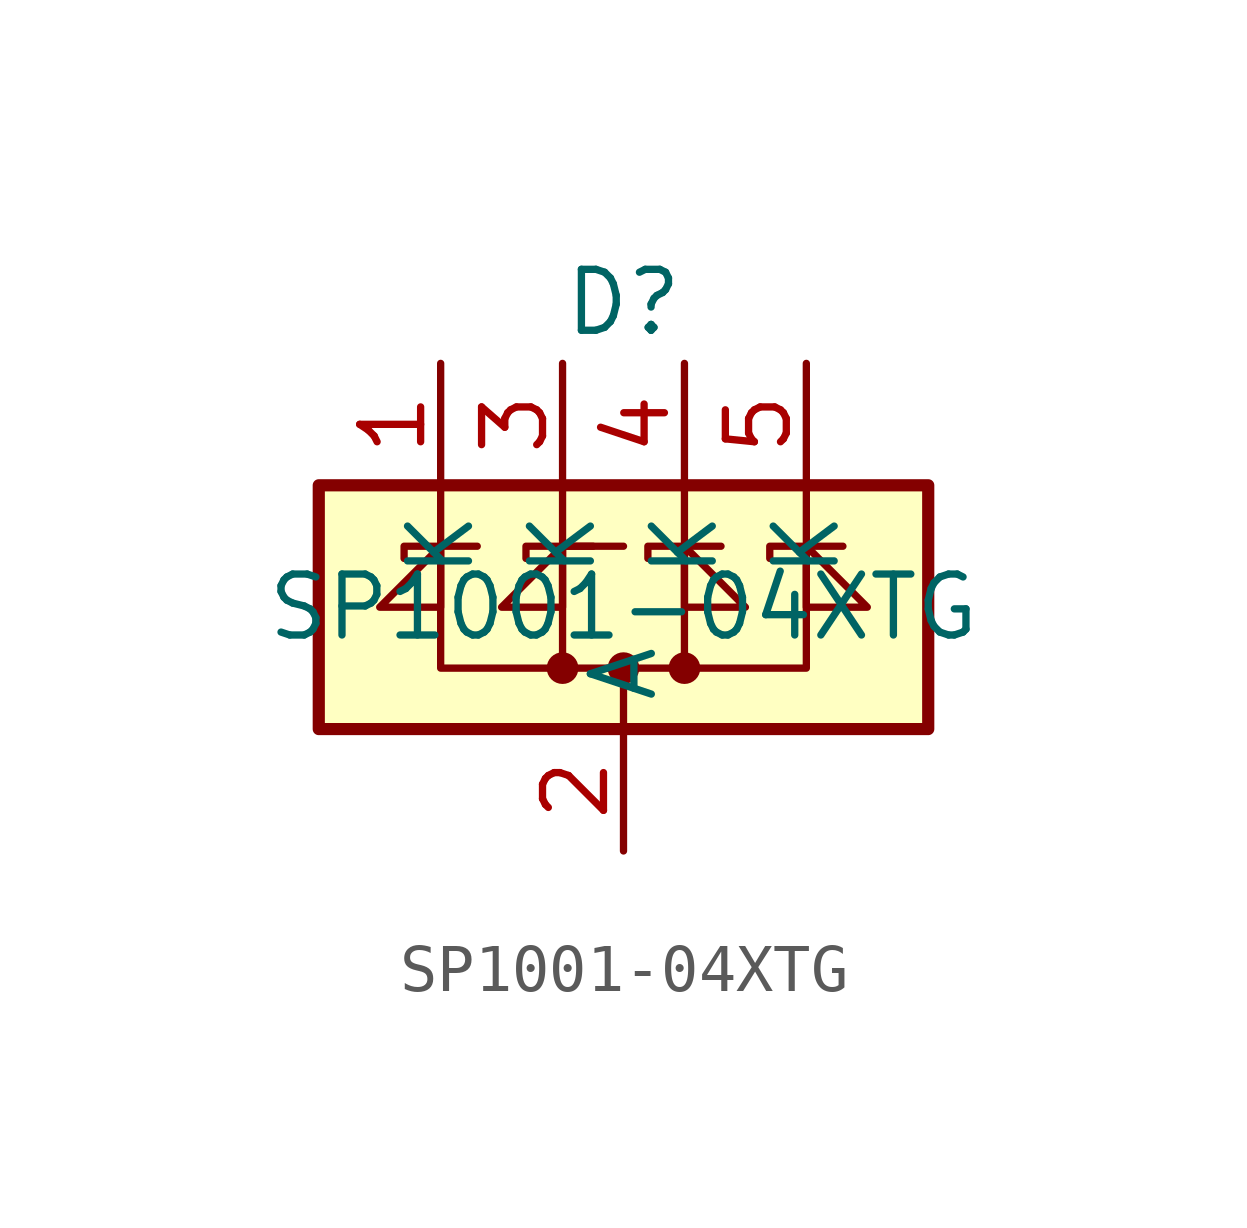
<source format=kicad_sym>
(kicad_symbol_lib
  (version 20231120)
  (generator "kicad_symbol_editor")
  (generator_version "8.0")
  (symbol "SP1001-04XTG"
    (property "Reference" "D"
      (at 0 6.35 0)
      (effects (font (size 1.27 1.27))))
    (property "Value" "SP1001-04XTG"
      (at 0 0 0)
      (effects (font (size 1.27 1.27))))
    (symbol "SP1001-04XTG_0_1"
      (rectangle (start -6.35 2.54) (end 6.35 -2.54) (stroke (width 0.254) (type default)) (fill (type background)))
      (circle (center -1.27 -1.27) (radius 0.254) (stroke (width 0) (type default)) (fill (type outline)))
      (circle (center 0 -1.27) (radius 0.254) (stroke (width 0) (type default)) (fill (type outline)))
      (polyline (pts (xy -3.81 2.54) (xy -3.81 1.27)) (stroke (width 0) (type default)) (fill (type none)))
      (polyline (pts (xy -1.27 -1.27) (xy -1.27 1.27)) (stroke (width 0) (type default)) (fill (type none)))
      (polyline (pts (xy -1.27 1.27) (xy 0 1.27)) (stroke (width 0) (type default)) (fill (type none)))
      (polyline (pts (xy -1.27 2.54) (xy -1.27 1.27)) (stroke (width 0) (type default)) (fill (type none)))
      (polyline (pts (xy 0 -1.27) (xy 0 -2.54)) (stroke (width 0) (type default)) (fill (type none)))
      (polyline (pts (xy 1.27 2.54) (xy 1.27 1.27)) (stroke (width 0) (type default)) (fill (type none)))
      (polyline (pts (xy 3.81 2.54) (xy 3.81 1.27)) (stroke (width 0) (type default)) (fill (type none)))
      (polyline (pts (xy -0.635 1.27) (xy -2.032 1.27) (xy -2.032 1.016)) (stroke (width 0) (type default)) (fill (type none)))
      (polyline (pts (xy 3.81 1.27) (xy 3.81 -1.27) (xy 1.27 -1.27)) (stroke (width 0) (type default)) (fill (type none)))
      (polyline (pts (xy -4.572 1.016) (xy -4.572 1.27) (xy -3.175 1.27) (xy -3.048 1.27)) (stroke (width 0) (type default)) (fill (type none)))
      (polyline (pts (xy -3.81 1.27) (xy -3.81 -1.27) (xy 1.27 -1.27) (xy 1.27 1.27)) (stroke (width 0) (type default)) (fill (type none)))
      (polyline (pts (xy -3.81 1.27) (xy -3.81 0) (xy -5.08 0) (xy -3.81 1.27)) (stroke (width 0) (type default)) (fill (type none)))
      (polyline (pts (xy -1.27 0) (xy -2.54 0) (xy -1.27 1.27) (xy -1.27 0)) (stroke (width 0) (type default)) (fill (type none)))
      (polyline (pts (xy 0.508 1.016) (xy 0.508 1.27) (xy 1.905 1.27) (xy 2.032 1.27)) (stroke (width 0) (type default)) (fill (type none)))
      (polyline (pts (xy 1.27 1.27) (xy 1.27 0) (xy 2.54 0) (xy 1.27 1.27)) (stroke (width 0) (type default)) (fill (type none)))
      (polyline (pts (xy 3.048 1.016) (xy 3.048 1.27) (xy 4.445 1.27) (xy 4.572 1.27)) (stroke (width 0) (type default)) (fill (type none)))
      (polyline (pts (xy 3.81 1.27) (xy 3.81 0) (xy 5.08 0) (xy 3.81 1.27)) (stroke (width 0) (type default)) (fill (type none)))
      (circle (center 1.27 -1.27) (radius 0.254) (stroke (width 0) (type default)) (fill (type outline))))
    (symbol "SP1001-04XTG_1_0"
      (pin passive line (at 0 -5.08 90) (length 2.54) (name "A" (effects (font (size 1.27 1.27)))) (number "2" (effects (font (size 1.27 1.27))))))
    (symbol "SP1001-04XTG_1_1"
      (pin passive line (at -3.81 5.08 270) (length 2.54) (name "K" (effects (font (size 1.27 1.27)))) (number "1" (effects (font (size 1.27 1.27)))))
      (pin passive line (at -1.27 5.08 270) (length 2.54) (name "K" (effects (font (size 1.27 1.27)))) (number "3" (effects (font (size 1.27 1.27)))))
      (pin passive line (at 1.27 5.08 270) (length 2.54) (name "K" (effects (font (size 1.27 1.27)))) (number "4" (effects (font (size 1.27 1.27)))))
      (pin passive line (at 3.81 5.08 270) (length 2.54) (name "K" (effects (font (size 1.27 1.27)))) (number "5" (effects (font (size 1.27 1.27))))))))
</source>
